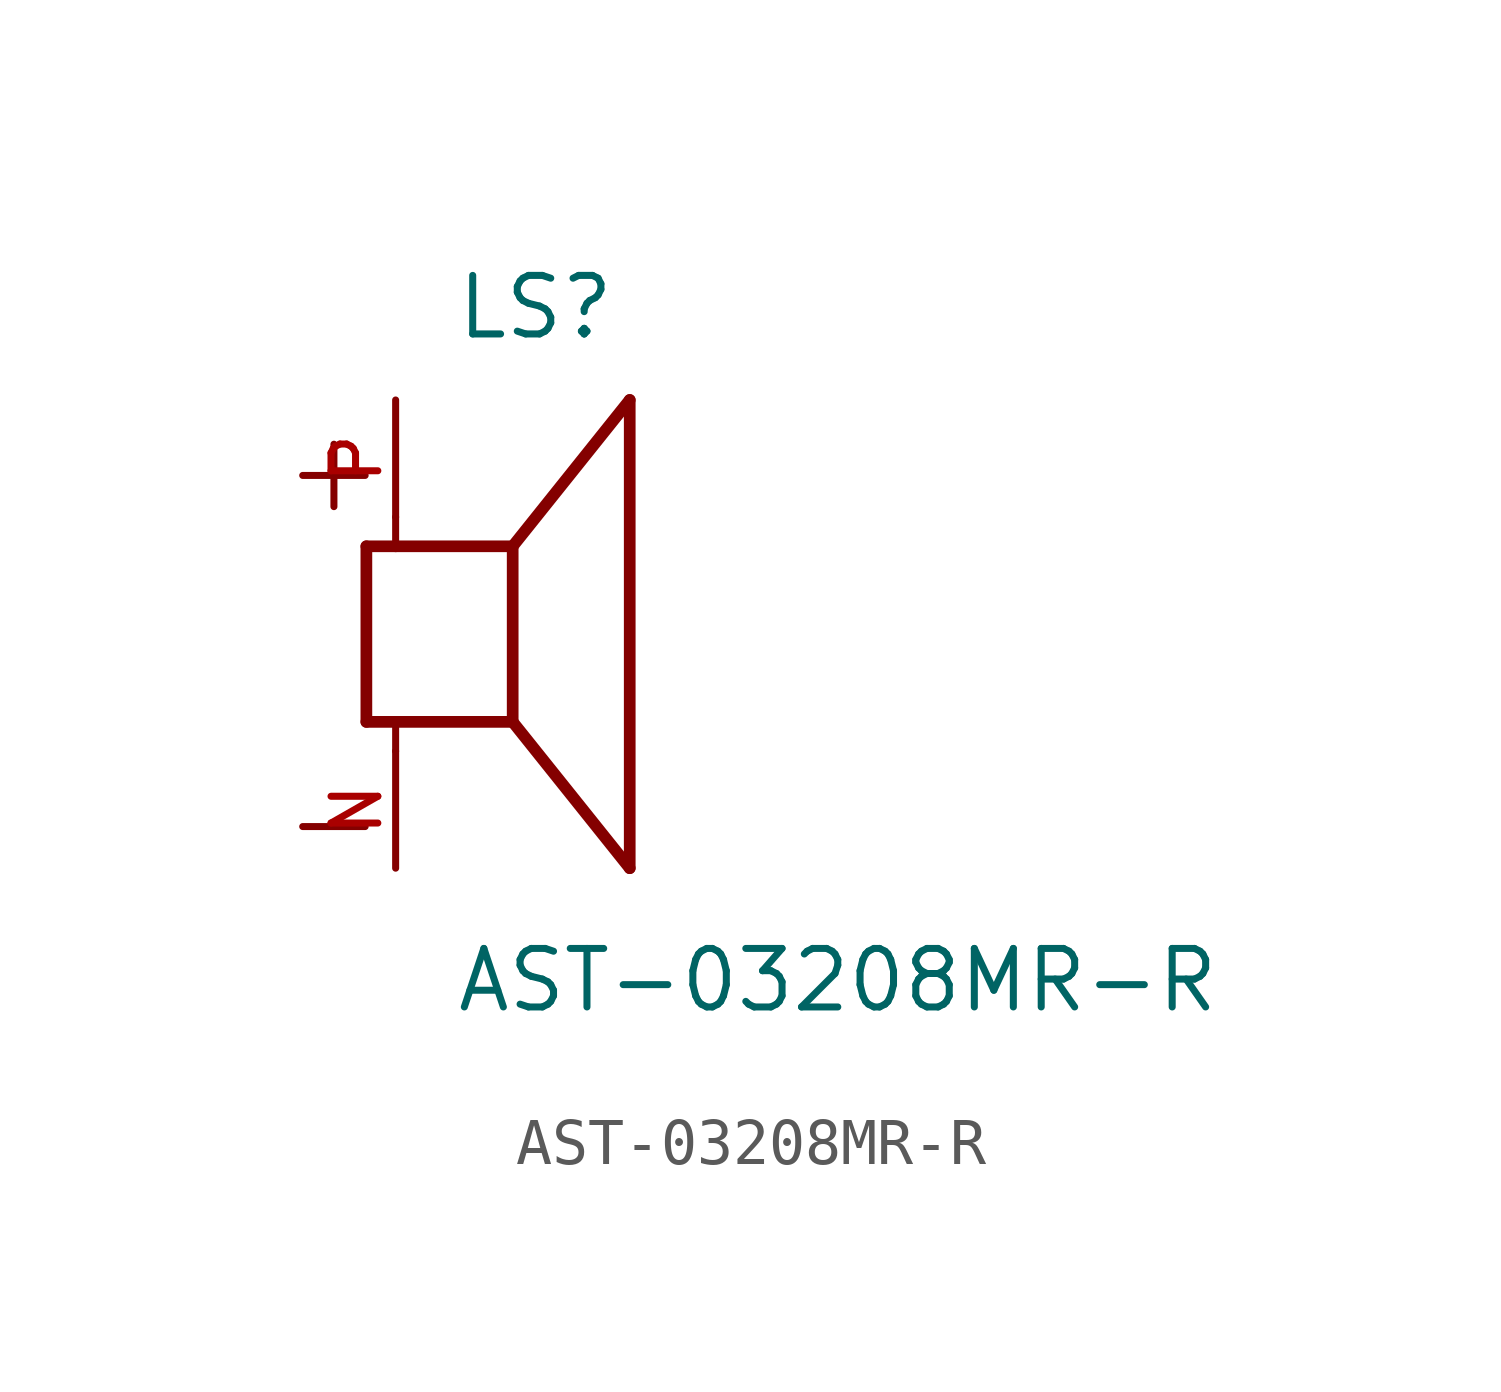
<source format=kicad_sym>
(kicad_symbol_lib
  (version 20211014)
  (generator kicad_symbol_editor)
  (symbol "AST-03208MR-R"
    (pin_names
      (offset 1.016))
    (property "Reference" "LS"
      (at -1.27 6.35 0)
      (effects (font (size 1.27 1.27)) (justify bottom left)))
    (property "Value" "AST-03208MR-R"
      (at -1.27 -8.255 0)
      (effects (font (size 1.27 1.27)) (justify bottom left)))
    (symbol "AST-03208MR-R_0_0"
      (polyline (pts (xy -3.175 1.905) (xy -3.175 -1.905)) (stroke (width 0.254)))
      (polyline (pts (xy -3.175 -1.905) (xy -2.54 -1.905)) (stroke (width 0.254)))
      (polyline (pts (xy 0.0 -1.905) (xy 0.0 1.905)) (stroke (width 0.254)))
      (polyline (pts (xy -3.175 1.905) (xy -2.54 1.905)) (stroke (width 0.254)))
      (polyline (pts (xy 0.0 -1.905) (xy 2.54 -5.08)) (stroke (width 0.254)))
      (polyline (pts (xy 2.54 -5.08) (xy 2.54 5.08)) (stroke (width 0.254)))
      (polyline (pts (xy 0.0 1.905) (xy 2.54 5.08)) (stroke (width 0.254)))
      (polyline (pts (xy -2.54 -2.54) (xy -2.54 -1.905)) (stroke (width 0.152)))
      (polyline (pts (xy -2.54 -1.905) (xy 0.0 -1.905)) (stroke (width 0.254)))
      (polyline (pts (xy -2.54 2.54) (xy -2.54 1.905)) (stroke (width 0.152)))
      (polyline (pts (xy -2.54 1.905) (xy 0.0 1.905)) (stroke (width 0.254)))
      (text "+" (at -5.08 2.54 0) (effects (font (size 1.778 1.778)) (justify bottom left)))
      (text "-" (at -5.08 -5.08 0) (effects (font (size 1.778 1.778)) (justify bottom left)))
      (pin passive line (at -2.54 -5.08 90.0) (length 2.54) (name "~" (effects (font (size 1.016 1.016)))) (number "N" (effects (font (size 1.016 1.016)))))
      (pin passive line (at -2.54 5.08 270.0) (length 2.54) (name "~" (effects (font (size 1.016 1.016)))) (number "P" (effects (font (size 1.016 1.016))))))))
</source>
